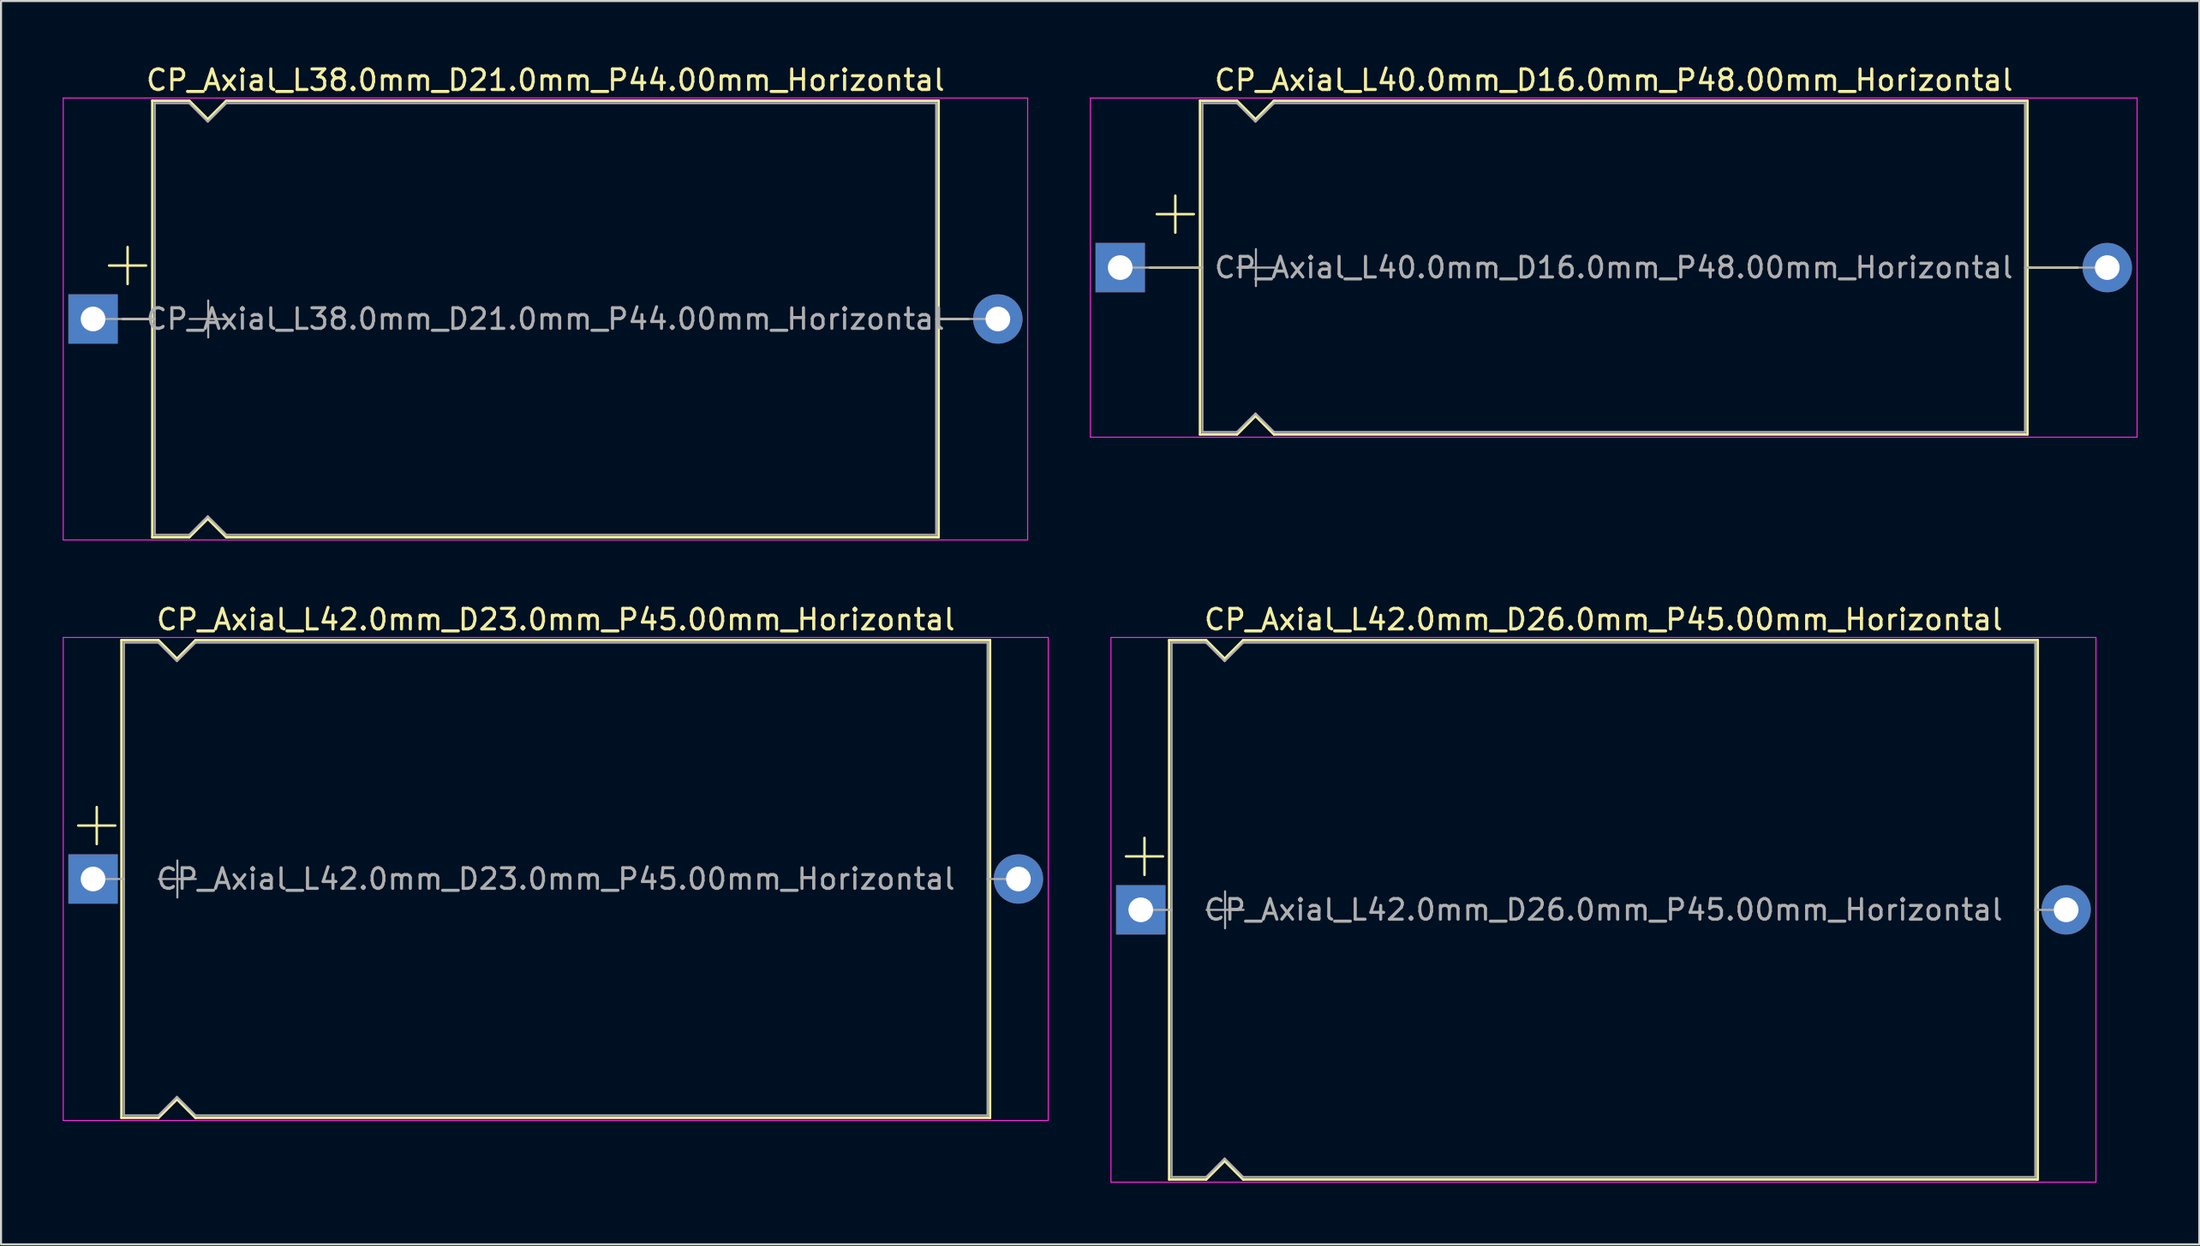
<source format=kicad_pcb>
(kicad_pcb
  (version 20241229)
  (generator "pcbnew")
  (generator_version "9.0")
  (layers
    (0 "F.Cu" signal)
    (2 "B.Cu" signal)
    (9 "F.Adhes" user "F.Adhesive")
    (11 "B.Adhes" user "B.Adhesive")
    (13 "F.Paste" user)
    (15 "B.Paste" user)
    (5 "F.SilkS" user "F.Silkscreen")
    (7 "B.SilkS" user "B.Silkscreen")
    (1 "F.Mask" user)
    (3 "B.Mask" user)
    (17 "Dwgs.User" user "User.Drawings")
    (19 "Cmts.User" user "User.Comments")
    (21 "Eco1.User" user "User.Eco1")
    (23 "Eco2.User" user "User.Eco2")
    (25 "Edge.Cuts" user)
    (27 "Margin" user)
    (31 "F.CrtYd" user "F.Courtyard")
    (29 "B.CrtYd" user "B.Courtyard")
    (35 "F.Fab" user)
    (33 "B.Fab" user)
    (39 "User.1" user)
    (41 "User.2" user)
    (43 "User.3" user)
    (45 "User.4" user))
  (footprint "CP_Axial_L40.0mm_D16.0mm_P48.00mm_Horizontal"
    (layer "F.Cu")
    (at 51.425 9.968)
    (property "Reference" "CP_Axial_L40.0mm_D16.0mm_P48.00mm_Horizontal" (at 24 -9.12 0) (layer "F.SilkS") (effects (font (size 1 1) (thickness 0.15))))
    (attr through_hole)
    (fp_line (start 1.44 0) (end 3.88 0) (stroke (width 0.12) (type solid)) (layer "F.SilkS"))
    (fp_line (start 1.78 -2.6) (end 3.58 -2.6) (stroke (width 0.12) (type solid)) (layer "F.SilkS"))
    (fp_line (start 2.68 -3.5) (end 2.68 -1.7) (stroke (width 0.12) (type solid)) (layer "F.SilkS"))
    (fp_line (start 3.88 -8.12) (end 3.88 8.12) (stroke (width 0.12) (type solid)) (layer "F.SilkS"))
    (fp_line (start 3.88 -8.12) (end 5.68 -8.12) (stroke (width 0.12) (type solid)) (layer "F.SilkS"))
    (fp_line (start 3.88 8.12) (end 5.68 8.12) (stroke (width 0.12) (type solid)) (layer "F.SilkS"))
    (fp_line (start 5.68 -8.12) (end 6.58 -7.22) (stroke (width 0.12) (type solid)) (layer "F.SilkS"))
    (fp_line (start 5.68 8.12) (end 6.58 7.22) (stroke (width 0.12) (type solid)) (layer "F.SilkS"))
    (fp_line (start 6.58 -7.22) (end 7.48 -8.12) (stroke (width 0.12) (type solid)) (layer "F.SilkS"))
    (fp_line (start 6.58 7.22) (end 7.48 8.12) (stroke (width 0.12) (type solid)) (layer "F.SilkS"))
    (fp_line (start 7.48 -8.12) (end 44.12 -8.12) (stroke (width 0.12) (type solid)) (layer "F.SilkS"))
    (fp_line (start 7.48 8.12) (end 44.12 8.12) (stroke (width 0.12) (type solid)) (layer "F.SilkS"))
    (fp_line (start 44.12 -8.12) (end 44.12 8.12) (stroke (width 0.12) (type solid)) (layer "F.SilkS"))
    (fp_line (start 46.56 0) (end 44.12 0) (stroke (width 0.12) (type solid)) (layer "F.SilkS"))
    (fp_line (start -1.45 -8.25) (end -1.45 8.25) (stroke (width 0.05) (type solid)) (layer "F.CrtYd"))
    (fp_line (start -1.45 8.25) (end 49.45 8.25) (stroke (width 0.05) (type solid)) (layer "F.CrtYd"))
    (fp_line (start 49.45 -8.25) (end -1.45 -8.25) (stroke (width 0.05) (type solid)) (layer "F.CrtYd"))
    (fp_line (start 49.45 8.25) (end 49.45 -8.25) (stroke (width 0.05) (type solid)) (layer "F.CrtYd"))
    (fp_line (start 0 0) (end 4 0) (stroke (width 0.1) (type solid)) (layer "F.Fab"))
    (fp_line (start 4 -8) (end 4 8) (stroke (width 0.1) (type solid)) (layer "F.Fab"))
    (fp_line (start 4 -8) (end 5.68 -8) (stroke (width 0.1) (type solid)) (layer "F.Fab"))
    (fp_line (start 4 8) (end 5.68 8) (stroke (width 0.1) (type solid)) (layer "F.Fab"))
    (fp_line (start 5.68 -8) (end 6.58 -7.1) (stroke (width 0.1) (type solid)) (layer "F.Fab"))
    (fp_line (start 5.68 8) (end 6.58 7.1) (stroke (width 0.1) (type solid)) (layer "F.Fab"))
    (fp_line (start 5.7 0) (end 7.5 0) (stroke (width 0.1) (type solid)) (layer "F.Fab"))
    (fp_line (start 6.58 -7.1) (end 7.48 -8) (stroke (width 0.1) (type solid)) (layer "F.Fab"))
    (fp_line (start 6.58 7.1) (end 7.48 8) (stroke (width 0.1) (type solid)) (layer "F.Fab"))
    (fp_line (start 6.6 -0.9) (end 6.6 0.9) (stroke (width 0.1) (type solid)) (layer "F.Fab"))
    (fp_line (start 7.48 -8) (end 44 -8) (stroke (width 0.1) (type solid)) (layer "F.Fab"))
    (fp_line (start 7.48 8) (end 44 8) (stroke (width 0.1) (type solid)) (layer "F.Fab"))
    (fp_line (start 44 -8) (end 44 8) (stroke (width 0.1) (type solid)) (layer "F.Fab"))
    (fp_line (start 48 0) (end 44 0) (stroke (width 0.1) (type solid)) (layer "F.Fab"))
    (fp_text user "${REFERENCE}" (at 24 0 0) (layer "F.Fab") (effects (font (size 1 1) (thickness 0.15))))
    (pad "1" thru_hole rect (at 0 0) (size 2.4 2.4) (drill 1.2) (layers "*.Cu" "*.Mask"))
    (pad "2" thru_hole oval (at 48 0) (size 2.4 2.4) (drill 1.2) (layers "*.Cu" "*.Mask")))
  (footprint "CP_Axial_L42.0mm_D23.0mm_P45.00mm_Horizontal"
    (layer "F.Cu")
    (at 1.475 39.712)
    (property "Reference" "CP_Axial_L42.0mm_D23.0mm_P45.00mm_Horizontal" (at 22.5 -12.62 0) (layer "F.SilkS") (effects (font (size 1 1) (thickness 0.15))))
    (attr through_hole)
    (fp_line (start -0.72 -2.6) (end 1.08 -2.6) (stroke (width 0.12) (type solid)) (layer "F.SilkS"))
    (fp_line (start 0.18 -3.5) (end 0.18 -1.7) (stroke (width 0.12) (type solid)) (layer "F.SilkS"))
    (fp_line (start 1.38 -11.62) (end 1.38 11.62) (stroke (width 0.12) (type solid)) (layer "F.SilkS"))
    (fp_line (start 1.38 -11.62) (end 3.18 -11.62) (stroke (width 0.12) (type solid)) (layer "F.SilkS"))
    (fp_line (start 1.38 11.62) (end 3.18 11.62) (stroke (width 0.12) (type solid)) (layer "F.SilkS"))
    (fp_line (start 3.18 -11.62) (end 4.08 -10.72) (stroke (width 0.12) (type solid)) (layer "F.SilkS"))
    (fp_line (start 3.18 11.62) (end 4.08 10.72) (stroke (width 0.12) (type solid)) (layer "F.SilkS"))
    (fp_line (start 4.08 -10.72) (end 4.98 -11.62) (stroke (width 0.12) (type solid)) (layer "F.SilkS"))
    (fp_line (start 4.08 10.72) (end 4.98 11.62) (stroke (width 0.12) (type solid)) (layer "F.SilkS"))
    (fp_line (start 4.98 -11.62) (end 43.62 -11.62) (stroke (width 0.12) (type solid)) (layer "F.SilkS"))
    (fp_line (start 4.98 11.62) (end 43.62 11.62) (stroke (width 0.12) (type solid)) (layer "F.SilkS"))
    (fp_line (start 43.62 -11.62) (end 43.62 11.62) (stroke (width 0.12) (type solid)) (layer "F.SilkS"))
    (fp_line (start -1.45 -11.75) (end -1.45 11.75) (stroke (width 0.05) (type solid)) (layer "F.CrtYd"))
    (fp_line (start -1.45 11.75) (end 46.45 11.75) (stroke (width 0.05) (type solid)) (layer "F.CrtYd"))
    (fp_line (start 46.45 -11.75) (end -1.45 -11.75) (stroke (width 0.05) (type solid)) (layer "F.CrtYd"))
    (fp_line (start 46.45 11.75) (end 46.45 -11.75) (stroke (width 0.05) (type solid)) (layer "F.CrtYd"))
    (fp_line (start 0 0) (end 1.5 0) (stroke (width 0.1) (type solid)) (layer "F.Fab"))
    (fp_line (start 1.5 -11.5) (end 1.5 11.5) (stroke (width 0.1) (type solid)) (layer "F.Fab"))
    (fp_line (start 1.5 -11.5) (end 3.18 -11.5) (stroke (width 0.1) (type solid)) (layer "F.Fab"))
    (fp_line (start 1.5 11.5) (end 3.18 11.5) (stroke (width 0.1) (type solid)) (layer "F.Fab"))
    (fp_line (start 3.18 -11.5) (end 4.08 -10.6) (stroke (width 0.1) (type solid)) (layer "F.Fab"))
    (fp_line (start 3.18 11.5) (end 4.08 10.6) (stroke (width 0.1) (type solid)) (layer "F.Fab"))
    (fp_line (start 3.2 0) (end 5 0) (stroke (width 0.1) (type solid)) (layer "F.Fab"))
    (fp_line (start 4.08 -10.6) (end 4.98 -11.5) (stroke (width 0.1) (type solid)) (layer "F.Fab"))
    (fp_line (start 4.08 10.6) (end 4.98 11.5) (stroke (width 0.1) (type solid)) (layer "F.Fab"))
    (fp_line (start 4.1 -0.9) (end 4.1 0.9) (stroke (width 0.1) (type solid)) (layer "F.Fab"))
    (fp_line (start 4.98 -11.5) (end 43.5 -11.5) (stroke (width 0.1) (type solid)) (layer "F.Fab"))
    (fp_line (start 4.98 11.5) (end 43.5 11.5) (stroke (width 0.1) (type solid)) (layer "F.Fab"))
    (fp_line (start 43.5 -11.5) (end 43.5 11.5) (stroke (width 0.1) (type solid)) (layer "F.Fab"))
    (fp_line (start 45 0) (end 43.5 0) (stroke (width 0.1) (type solid)) (layer "F.Fab"))
    (fp_text user "${REFERENCE}" (at 22.5 0 0) (layer "F.Fab") (effects (font (size 1 1) (thickness 0.15))))
    (pad "1" thru_hole rect (at 0 0) (size 2.4 2.4) (drill 1.2) (layers "*.Cu" "*.Mask"))
    (pad "2" thru_hole oval (at 45 0) (size 2.4 2.4) (drill 1.2) (layers "*.Cu" "*.Mask")))
  (footprint "CP_Axial_L42.0mm_D26.0mm_P45.00mm_Horizontal"
    (layer "F.Cu")
    (at 52.425 41.212)
    (property "Reference" "CP_Axial_L42.0mm_D26.0mm_P45.00mm_Horizontal" (at 22.5 -14.12 0) (layer "F.SilkS") (effects (font (size 1 1) (thickness 0.15))))
    (attr through_hole)
    (fp_line (start -0.72 -2.6) (end 1.08 -2.6) (stroke (width 0.12) (type solid)) (layer "F.SilkS"))
    (fp_line (start 0.18 -3.5) (end 0.18 -1.7) (stroke (width 0.12) (type solid)) (layer "F.SilkS"))
    (fp_line (start 1.38 -13.12) (end 1.38 13.12) (stroke (width 0.12) (type solid)) (layer "F.SilkS"))
    (fp_line (start 1.38 -13.12) (end 3.18 -13.12) (stroke (width 0.12) (type solid)) (layer "F.SilkS"))
    (fp_line (start 1.38 13.12) (end 3.18 13.12) (stroke (width 0.12) (type solid)) (layer "F.SilkS"))
    (fp_line (start 3.18 -13.12) (end 4.08 -12.22) (stroke (width 0.12) (type solid)) (layer "F.SilkS"))
    (fp_line (start 3.18 13.12) (end 4.08 12.22) (stroke (width 0.12) (type solid)) (layer "F.SilkS"))
    (fp_line (start 4.08 -12.22) (end 4.98 -13.12) (stroke (width 0.12) (type solid)) (layer "F.SilkS"))
    (fp_line (start 4.08 12.22) (end 4.98 13.12) (stroke (width 0.12) (type solid)) (layer "F.SilkS"))
    (fp_line (start 4.98 -13.12) (end 43.62 -13.12) (stroke (width 0.12) (type solid)) (layer "F.SilkS"))
    (fp_line (start 4.98 13.12) (end 43.62 13.12) (stroke (width 0.12) (type solid)) (layer "F.SilkS"))
    (fp_line (start 43.62 -13.12) (end 43.62 13.12) (stroke (width 0.12) (type solid)) (layer "F.SilkS"))
    (fp_line (start -1.45 -13.25) (end -1.45 13.25) (stroke (width 0.05) (type solid)) (layer "F.CrtYd"))
    (fp_line (start -1.45 13.25) (end 46.45 13.25) (stroke (width 0.05) (type solid)) (layer "F.CrtYd"))
    (fp_line (start 46.45 -13.25) (end -1.45 -13.25) (stroke (width 0.05) (type solid)) (layer "F.CrtYd"))
    (fp_line (start 46.45 13.25) (end 46.45 -13.25) (stroke (width 0.05) (type solid)) (layer "F.CrtYd"))
    (fp_line (start 0 0) (end 1.5 0) (stroke (width 0.1) (type solid)) (layer "F.Fab"))
    (fp_line (start 1.5 -13) (end 1.5 13) (stroke (width 0.1) (type solid)) (layer "F.Fab"))
    (fp_line (start 1.5 -13) (end 3.18 -13) (stroke (width 0.1) (type solid)) (layer "F.Fab"))
    (fp_line (start 1.5 13) (end 3.18 13) (stroke (width 0.1) (type solid)) (layer "F.Fab"))
    (fp_line (start 3.18 -13) (end 4.08 -12.1) (stroke (width 0.1) (type solid)) (layer "F.Fab"))
    (fp_line (start 3.18 13) (end 4.08 12.1) (stroke (width 0.1) (type solid)) (layer "F.Fab"))
    (fp_line (start 3.2 0) (end 5 0) (stroke (width 0.1) (type solid)) (layer "F.Fab"))
    (fp_line (start 4.08 -12.1) (end 4.98 -13) (stroke (width 0.1) (type solid)) (layer "F.Fab"))
    (fp_line (start 4.08 12.1) (end 4.98 13) (stroke (width 0.1) (type solid)) (layer "F.Fab"))
    (fp_line (start 4.1 -0.9) (end 4.1 0.9) (stroke (width 0.1) (type solid)) (layer "F.Fab"))
    (fp_line (start 4.98 -13) (end 43.5 -13) (stroke (width 0.1) (type solid)) (layer "F.Fab"))
    (fp_line (start 4.98 13) (end 43.5 13) (stroke (width 0.1) (type solid)) (layer "F.Fab"))
    (fp_line (start 43.5 -13) (end 43.5 13) (stroke (width 0.1) (type solid)) (layer "F.Fab"))
    (fp_line (start 45 0) (end 43.5 0) (stroke (width 0.1) (type solid)) (layer "F.Fab"))
    (fp_text user "${REFERENCE}" (at 22.5 0 0) (layer "F.Fab") (effects (font (size 1 1) (thickness 0.15))))
    (pad "1" thru_hole rect (at 0 0) (size 2.4 2.4) (drill 1.2) (layers "*.Cu" "*.Mask"))
    (pad "2" thru_hole oval (at 45 0) (size 2.4 2.4) (drill 1.2) (layers "*.Cu" "*.Mask")))
  (footprint "CP_Axial_L38.0mm_D21.0mm_P44.00mm_Horizontal"
    (layer "F.Cu")
    (at 1.475 12.468)
    (property "Reference" "CP_Axial_L38.0mm_D21.0mm_P44.00mm_Horizontal" (at 22 -11.62 0) (layer "F.SilkS") (effects (font (size 1 1) (thickness 0.15))))
    (attr through_hole)
    (fp_line (start 0.78 -2.6) (end 2.58 -2.6) (stroke (width 0.12) (type solid)) (layer "F.SilkS"))
    (fp_line (start 1.44 0) (end 2.88 0) (stroke (width 0.12) (type solid)) (layer "F.SilkS"))
    (fp_line (start 1.68 -3.5) (end 1.68 -1.7) (stroke (width 0.12) (type solid)) (layer "F.SilkS"))
    (fp_line (start 2.88 -10.62) (end 2.88 10.62) (stroke (width 0.12) (type solid)) (layer "F.SilkS"))
    (fp_line (start 2.88 -10.62) (end 4.68 -10.62) (stroke (width 0.12) (type solid)) (layer "F.SilkS"))
    (fp_line (start 2.88 10.62) (end 4.68 10.62) (stroke (width 0.12) (type solid)) (layer "F.SilkS"))
    (fp_line (start 4.68 -10.62) (end 5.58 -9.72) (stroke (width 0.12) (type solid)) (layer "F.SilkS"))
    (fp_line (start 4.68 10.62) (end 5.58 9.72) (stroke (width 0.12) (type solid)) (layer "F.SilkS"))
    (fp_line (start 5.58 -9.72) (end 6.48 -10.62) (stroke (width 0.12) (type solid)) (layer "F.SilkS"))
    (fp_line (start 5.58 9.72) (end 6.48 10.62) (stroke (width 0.12) (type solid)) (layer "F.SilkS"))
    (fp_line (start 6.48 -10.62) (end 41.12 -10.62) (stroke (width 0.12) (type solid)) (layer "F.SilkS"))
    (fp_line (start 6.48 10.62) (end 41.12 10.62) (stroke (width 0.12) (type solid)) (layer "F.SilkS"))
    (fp_line (start 41.12 -10.62) (end 41.12 10.62) (stroke (width 0.12) (type solid)) (layer "F.SilkS"))
    (fp_line (start 42.56 0) (end 41.12 0) (stroke (width 0.12) (type solid)) (layer "F.SilkS"))
    (fp_line (start -1.45 -10.75) (end -1.45 10.75) (stroke (width 0.05) (type solid)) (layer "F.CrtYd"))
    (fp_line (start -1.45 10.75) (end 45.45 10.75) (stroke (width 0.05) (type solid)) (layer "F.CrtYd"))
    (fp_line (start 45.45 -10.75) (end -1.45 -10.75) (stroke (width 0.05) (type solid)) (layer "F.CrtYd"))
    (fp_line (start 45.45 10.75) (end 45.45 -10.75) (stroke (width 0.05) (type solid)) (layer "F.CrtYd"))
    (fp_line (start 0 0) (end 3 0) (stroke (width 0.1) (type solid)) (layer "F.Fab"))
    (fp_line (start 3 -10.5) (end 3 10.5) (stroke (width 0.1) (type solid)) (layer "F.Fab"))
    (fp_line (start 3 -10.5) (end 4.68 -10.5) (stroke (width 0.1) (type solid)) (layer "F.Fab"))
    (fp_line (start 3 10.5) (end 4.68 10.5) (stroke (width 0.1) (type solid)) (layer "F.Fab"))
    (fp_line (start 4.68 -10.5) (end 5.58 -9.6) (stroke (width 0.1) (type solid)) (layer "F.Fab"))
    (fp_line (start 4.68 10.5) (end 5.58 9.6) (stroke (width 0.1) (type solid)) (layer "F.Fab"))
    (fp_line (start 4.7 0) (end 6.5 0) (stroke (width 0.1) (type solid)) (layer "F.Fab"))
    (fp_line (start 5.58 -9.6) (end 6.48 -10.5) (stroke (width 0.1) (type solid)) (layer "F.Fab"))
    (fp_line (start 5.58 9.6) (end 6.48 10.5) (stroke (width 0.1) (type solid)) (layer "F.Fab"))
    (fp_line (start 5.6 -0.9) (end 5.6 0.9) (stroke (width 0.1) (type solid)) (layer "F.Fab"))
    (fp_line (start 6.48 -10.5) (end 41 -10.5) (stroke (width 0.1) (type solid)) (layer "F.Fab"))
    (fp_line (start 6.48 10.5) (end 41 10.5) (stroke (width 0.1) (type solid)) (layer "F.Fab"))
    (fp_line (start 41 -10.5) (end 41 10.5) (stroke (width 0.1) (type solid)) (layer "F.Fab"))
    (fp_line (start 44 0) (end 41 0) (stroke (width 0.1) (type solid)) (layer "F.Fab"))
    (fp_text user "${REFERENCE}" (at 22 0 0) (layer "F.Fab") (effects (font (size 1 1) (thickness 0.15))))
    (pad "1" thru_hole rect (at 0 0) (size 2.4 2.4) (drill 1.2) (layers "*.Cu" "*.Mask"))
    (pad "2" thru_hole oval (at 44 0) (size 2.4 2.4) (drill 1.2) (layers "*.Cu" "*.Mask")))
  (gr_rect
    (start -3 -3)
    (end 103.9 57.486)
    (stroke (width 0.1) (type default))
    (fill no)
    (layer "Edge.Cuts")))
</source>
